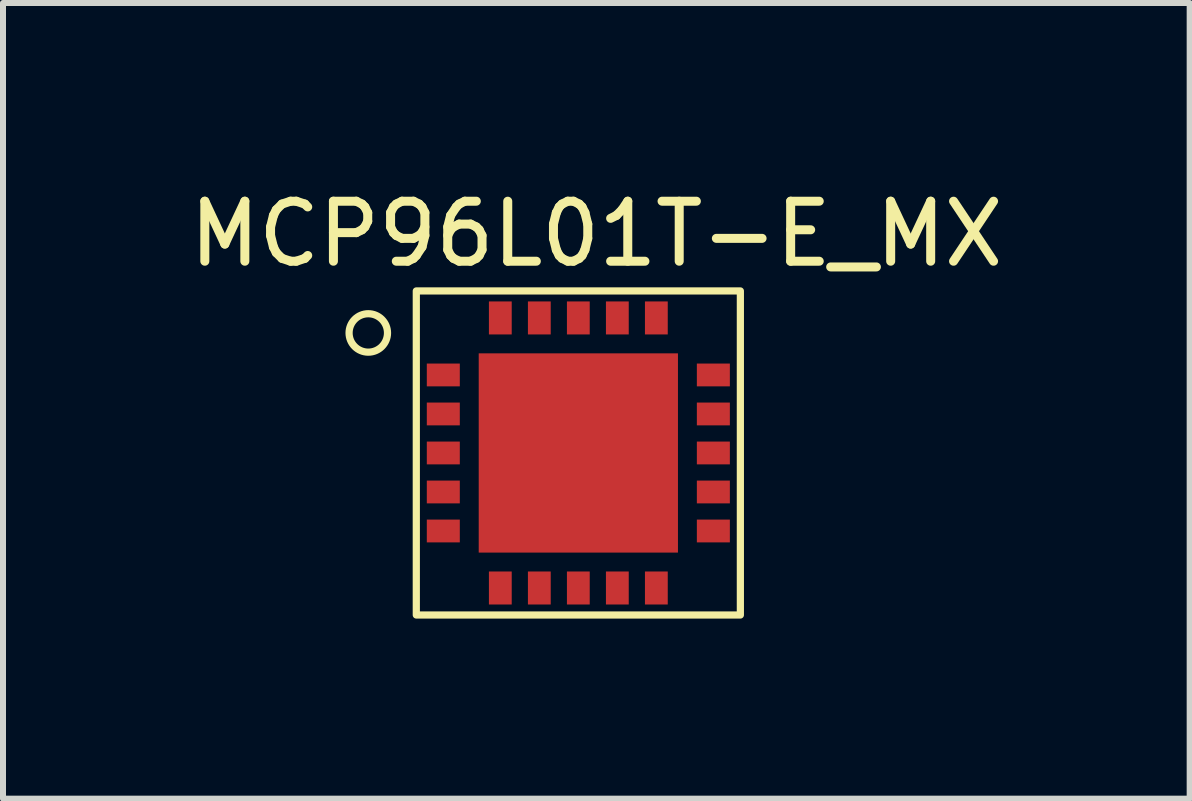
<source format=kicad_pcb>
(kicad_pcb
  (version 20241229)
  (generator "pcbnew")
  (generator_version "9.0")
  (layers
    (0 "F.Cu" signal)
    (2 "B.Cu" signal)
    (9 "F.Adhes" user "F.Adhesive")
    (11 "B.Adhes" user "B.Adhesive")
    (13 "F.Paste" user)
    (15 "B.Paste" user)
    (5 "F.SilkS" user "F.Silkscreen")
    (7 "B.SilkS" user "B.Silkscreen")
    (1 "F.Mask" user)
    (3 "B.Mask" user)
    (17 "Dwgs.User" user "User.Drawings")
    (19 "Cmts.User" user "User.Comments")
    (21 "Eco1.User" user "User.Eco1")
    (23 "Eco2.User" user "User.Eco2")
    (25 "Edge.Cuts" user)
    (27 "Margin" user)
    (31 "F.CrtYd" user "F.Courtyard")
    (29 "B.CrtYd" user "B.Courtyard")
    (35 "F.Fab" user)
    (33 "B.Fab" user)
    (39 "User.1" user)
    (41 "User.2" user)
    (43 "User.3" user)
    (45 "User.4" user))
  (footprint "MCP96L01T-E_MX"
    (layer "F.Cu")
    (at 6.587 4.498)
    (property "Reference" "MCP96L01T-E_MX" (at 0.3 -3.65 0) (unlocked yes) (layer "F.SilkS") (effects (font (size 1 1) (thickness 0.15))))
    (attr smd)
    (fp_rect (start -2.7 -2.7) (end 2.7 2.7) (stroke (width 0.12) (type solid)) (fill no) (layer "F.SilkS"))
    (fp_circle (center -3.5 -2) (end -3.3 -2.25) (stroke (width 0.12) (type solid)) (fill no) (layer "F.SilkS"))
    (pad "1" smd custom (at -2.25 -1.3 90) (size 0.38 0.55) (layers "F.Cu" "F.Mask" "F.Paste") (options (anchor rect)) (primitives))
    (pad "2" smd custom (at -2.25 -0.65 90) (size 0.38 0.55) (layers "F.Cu" "F.Mask" "F.Paste") (options (anchor rect)) (primitives))
    (pad "3" smd custom (at -2.25 0 90) (size 0.38 0.55) (layers "F.Cu" "F.Mask" "F.Paste") (options (anchor rect)) (primitives))
    (pad "4" smd custom (at -2.25 0.65 90) (size 0.38 0.55) (layers "F.Cu" "F.Mask" "F.Paste") (options (anchor rect)) (primitives))
    (pad "5" smd custom (at -2.25 1.3 90) (size 0.38 0.55) (layers "F.Cu" "F.Mask" "F.Paste") (options (anchor rect)) (primitives))
    (pad "6" smd custom (at -1.3 2.25 180) (size 0.38 0.55) (layers "F.Cu" "F.Mask" "F.Paste") (options (anchor rect)) (primitives))
    (pad "7" smd custom (at -0.65 2.25 180) (size 0.38 0.55) (layers "F.Cu" "F.Mask" "F.Paste") (options (anchor rect)) (primitives))
    (pad "8" smd custom (at 0 2.25 180) (size 0.38 0.55) (layers "F.Cu" "F.Mask" "F.Paste") (options (anchor rect)) (primitives))
    (pad "9" smd custom (at 0.65 2.25 180) (size 0.38 0.55) (layers "F.Cu" "F.Mask" "F.Paste") (options (anchor rect)) (primitives))
    (pad "10" smd custom (at 1.3 2.25 180) (size 0.38 0.55) (layers "F.Cu" "F.Mask" "F.Paste") (options (anchor rect)) (primitives))
    (pad "11" smd custom (at 2.25 1.3 90) (size 0.38 0.55) (layers "F.Cu" "F.Mask" "F.Paste") (options (anchor rect)) (primitives))
    (pad "12" smd custom (at 2.25 0.65 90) (size 0.38 0.55) (layers "F.Cu" "F.Mask" "F.Paste") (options (anchor rect)) (primitives))
    (pad "13" smd custom (at 2.25 0 90) (size 0.38 0.55) (layers "F.Cu" "F.Mask" "F.Paste") (options (anchor rect)) (primitives))
    (pad "14" smd custom (at 2.25 -0.65 90) (size 0.38 0.55) (layers "F.Cu" "F.Mask" "F.Paste") (options (anchor rect)) (primitives))
    (pad "15" smd custom (at 2.25 -1.3 90) (size 0.38 0.55) (layers "F.Cu" "F.Mask" "F.Paste") (options (anchor rect)) (primitives))
    (pad "16" smd custom (at 1.3 -2.25) (size 0.38 0.55) (layers "F.Cu" "F.Mask" "F.Paste") (options (anchor rect)) (primitives))
    (pad "17" smd custom (at 0.65 -2.25) (size 0.38 0.55) (layers "F.Cu" "F.Mask" "F.Paste") (options (anchor rect)) (primitives))
    (pad "18" smd custom (at 0 -2.25) (size 0.38 0.55) (layers "F.Cu" "F.Mask" "F.Paste") (options (anchor rect)) (primitives))
    (pad "19" smd custom (at -0.65 -2.25) (size 0.38 0.55) (layers "F.Cu" "F.Mask" "F.Paste") (options (anchor rect)) (primitives))
    (pad "20" smd custom (at -1.3 -2.25) (size 0.38 0.55) (layers "F.Cu" "F.Mask" "F.Paste") (options (anchor rect)) (primitives))
    (pad "21" smd custom (at 0 0) (size 3.32 3.32) (layers "F.Cu" "F.Mask" "F.Paste") (options (anchor rect)) (primitives)))
  (gr_rect
    (start -3 -3)
    (end 16.774 10.258)
    (stroke (width 0.1) (type default))
    (fill no)
    (layer "Edge.Cuts")))
</source>
